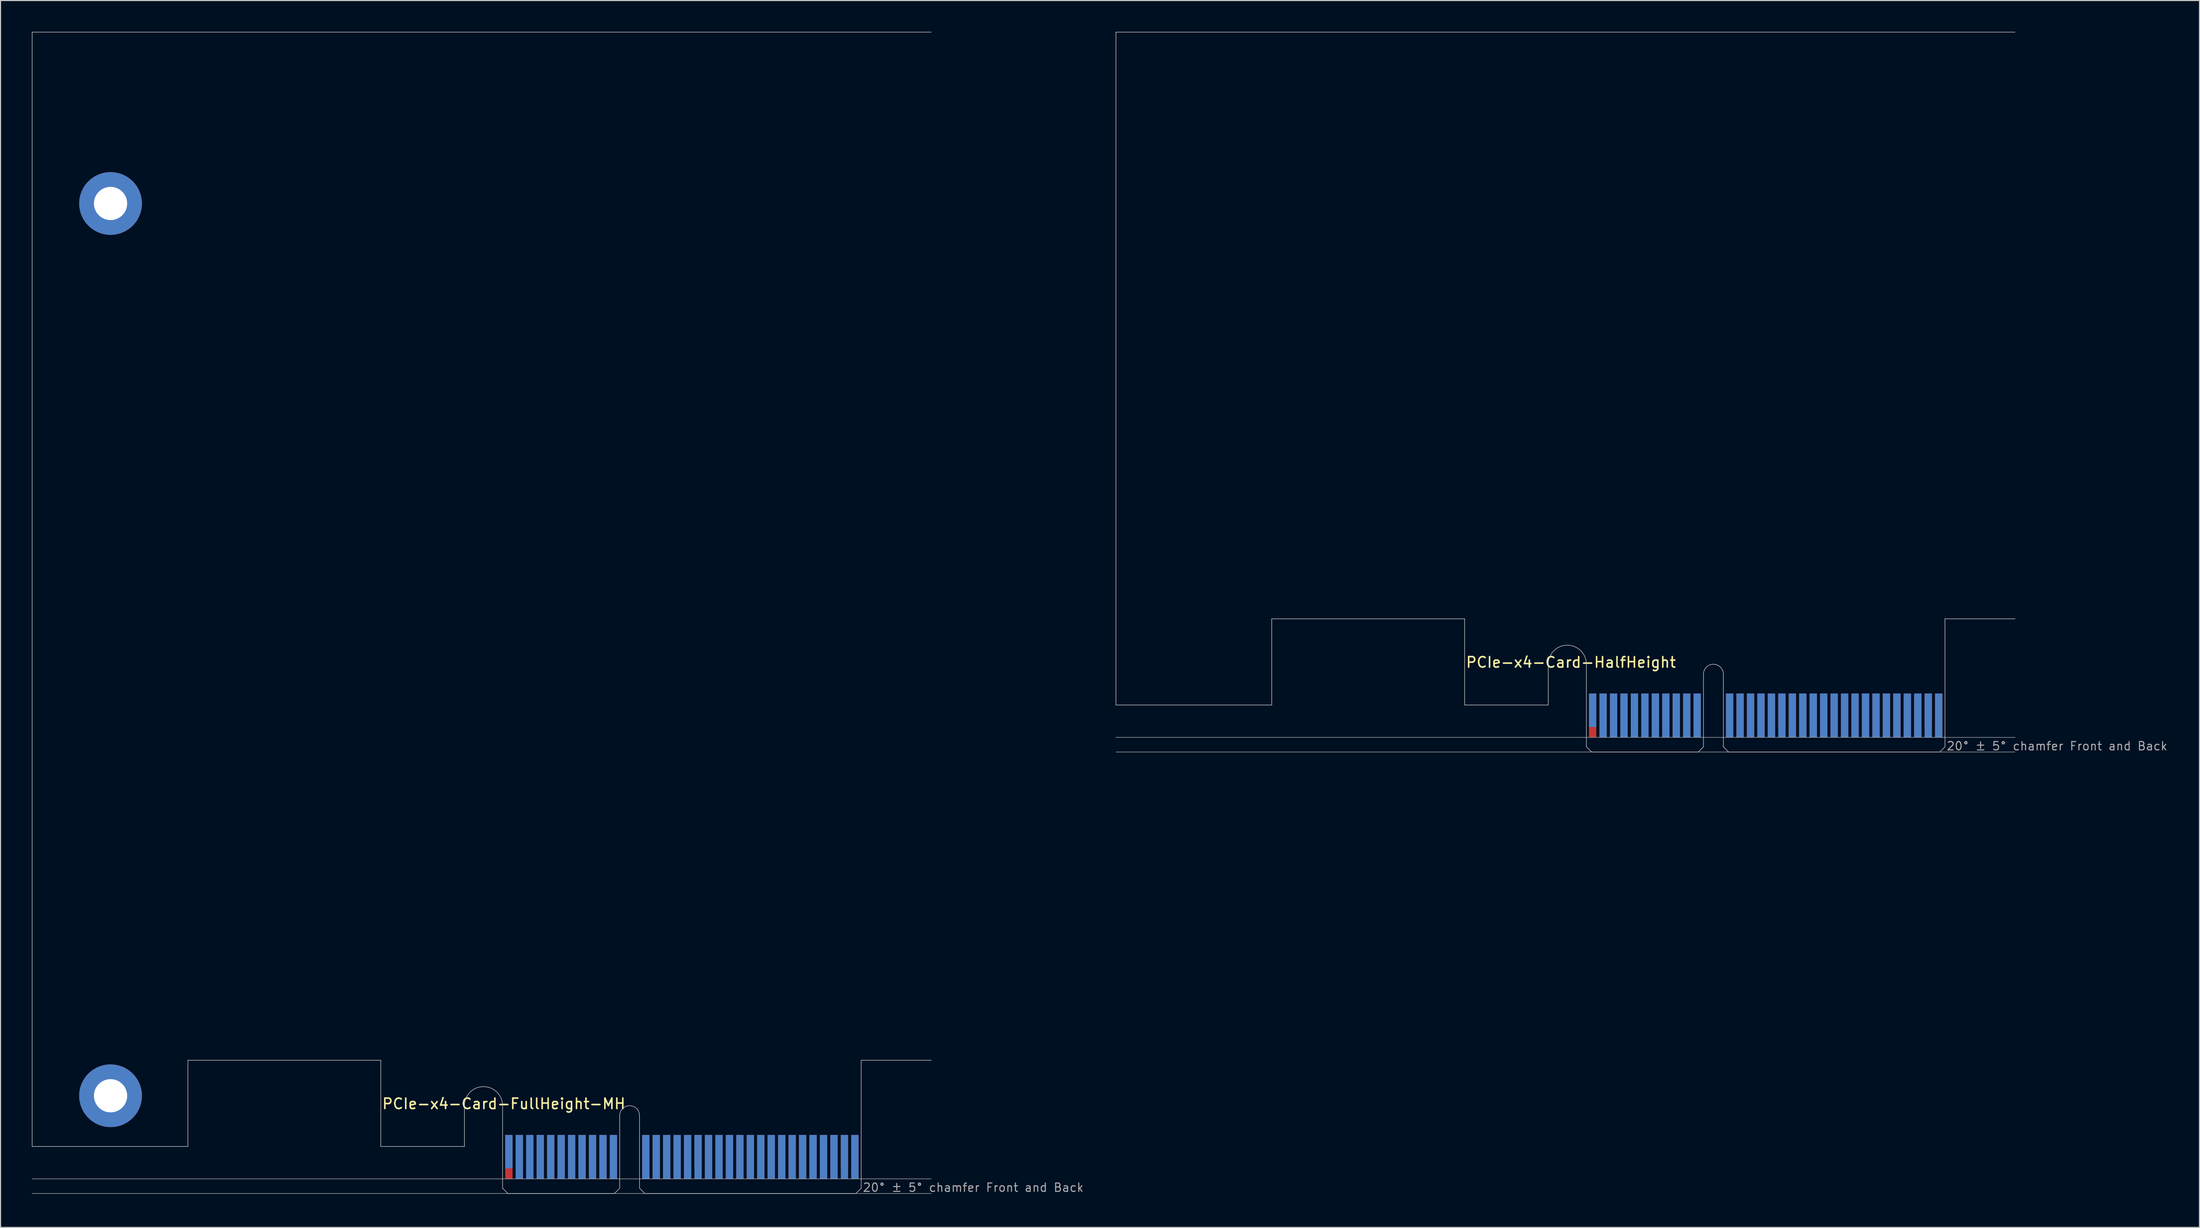
<source format=kicad_pcb>
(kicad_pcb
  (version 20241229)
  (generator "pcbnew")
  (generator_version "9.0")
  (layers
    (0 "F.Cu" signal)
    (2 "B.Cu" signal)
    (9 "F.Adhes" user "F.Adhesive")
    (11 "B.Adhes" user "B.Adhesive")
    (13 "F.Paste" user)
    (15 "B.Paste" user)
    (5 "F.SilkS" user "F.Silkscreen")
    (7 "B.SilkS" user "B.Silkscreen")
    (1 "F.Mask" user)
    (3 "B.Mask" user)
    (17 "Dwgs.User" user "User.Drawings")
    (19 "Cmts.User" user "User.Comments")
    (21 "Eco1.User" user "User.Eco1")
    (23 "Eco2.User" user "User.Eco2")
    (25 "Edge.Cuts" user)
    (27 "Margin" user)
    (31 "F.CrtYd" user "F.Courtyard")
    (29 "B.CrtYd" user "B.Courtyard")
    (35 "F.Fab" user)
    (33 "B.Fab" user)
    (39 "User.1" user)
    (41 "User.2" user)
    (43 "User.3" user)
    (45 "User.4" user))
  (footprint "PCIe-x4-Card-HalfHeight"
    (layer "F.Cu")
    (at 148.695 68.925)
    (property "Reference" "PCIe-x4-Card-HalfHeight" (at -11.6 -8 0) (layer "F.SilkS") (effects (font (size 1 1) (thickness 0.15)) (justify left bottom)))
    (attr exclude_from_pos_files exclude_from_bom)
    (fp_poly (pts (xy -3.65 -4.5) (xy -11.65 -4.5) (xy -11.65 -7.95) (xy -3.65 -7.95)) (stroke (width 0.1) (type solid)) (fill yes) (layer "F.Mask"))
    (fp_poly (pts (xy 11.2 -5.45) (xy 0 -5.45) (xy 0 0) (xy 11.2 0)) (stroke (width 0.1) (type solid)) (fill yes) (layer "F.Mask"))
    (fp_poly (pts (xy 34.3 -5.45) (xy 13.1 -5.45) (xy 13.1 0) (xy 34.3 0)) (stroke (width 0.1) (type solid)) (fill yes) (layer "F.Mask"))
    (fp_poly (pts (xy -3.65 -7.95) (xy -11.65 -7.95) (xy -11.65 -4.5) (xy -3.65 -4.5)) (stroke (width 0.1) (type solid)) (fill yes) (layer "B.Mask"))
    (fp_poly (pts (xy 11.2 0) (xy 0 0) (xy 0 -5.45) (xy 11.2 -5.45)) (stroke (width 0.1) (type solid)) (fill yes) (layer "B.Mask"))
    (fp_poly (pts (xy 34.3 -5.5) (xy 13.1 -5.45) (xy 13.1 0) (xy 34.3 0)) (stroke (width 0.1) (type solid)) (fill yes) (layer "B.Mask"))
    (fp_line (start -45 -68.9) (end 41 -68.9) (stroke (width 0.05) (type solid)) (layer "Edge.Cuts"))
    (fp_line (start -45 -4.5) (end -45 -68.9) (stroke (width 0.05) (type solid)) (layer "Edge.Cuts"))
    (fp_line (start -30.1 -12.75) (end -30.1 -4.5) (stroke (width 0.05) (type solid)) (layer "Edge.Cuts"))
    (fp_line (start -30.1 -4.5) (end -45 -4.5) (stroke (width 0.05) (type solid)) (layer "Edge.Cuts"))
    (fp_line (start -11.65 -12.75) (end -30.1 -12.75) (stroke (width 0.05) (type solid)) (layer "Edge.Cuts"))
    (fp_line (start -11.65 -4.5) (end -11.65 -12.75) (stroke (width 0.05) (type solid)) (layer "Edge.Cuts"))
    (fp_line (start -3.65 -4.5) (end -11.65 -4.5) (stroke (width 0.05) (type solid)) (layer "Edge.Cuts"))
    (fp_line (start -3.65 -4.5) (end -3.65 -8.4) (stroke (width 0.05) (type solid)) (layer "Edge.Cuts"))
    (fp_line (start 0 -0.5) (end 0 -8.4) (stroke (width 0.05) (type solid)) (layer "Edge.Cuts"))
    (fp_line (start 0.5 0) (end 0 -0.5) (stroke (width 0.05) (type solid)) (layer "Edge.Cuts"))
    (fp_line (start 0.5 0) (end 10.7 0) (stroke (width 0.05) (type solid)) (layer "Edge.Cuts"))
    (fp_line (start 10.7 0) (end 11.2 -0.5) (stroke (width 0.05) (type solid)) (layer "Edge.Cuts"))
    (fp_line (start 11.2 -0.5) (end 11.2 -7.45) (stroke (width 0.05) (type solid)) (layer "Edge.Cuts"))
    (fp_line (start 13.1 -0.5) (end 13.1 -7.45) (stroke (width 0.05) (type solid)) (layer "Edge.Cuts"))
    (fp_line (start 13.6 0) (end 13.1 -0.5) (stroke (width 0.05) (type solid)) (layer "Edge.Cuts"))
    (fp_line (start 33.8 0) (end 13.6 0) (stroke (width 0.05) (type solid)) (layer "Edge.Cuts"))
    (fp_line (start 33.8 0) (end 34.3 -0.5) (stroke (width 0.05) (type solid)) (layer "Edge.Cuts"))
    (fp_line (start 34.3 -12.75) (end 41 -12.75) (stroke (width 0.05) (type solid)) (layer "Edge.Cuts"))
    (fp_line (start 34.3 -0.5) (end 34.3 -12.75) (stroke (width 0.05) (type solid)) (layer "Edge.Cuts"))
    (fp_arc (start -3.65 -8.4) (mid -1.825 -10.225) (end 0 -8.4) (stroke (width 0.05) (type solid)) (layer "Edge.Cuts"))
    (fp_arc (start 11.2 -7.45) (mid 12.15 -8.4) (end 13.1 -7.45) (stroke (width 0.05) (type solid)) (layer "Edge.Cuts"))
    (fp_line (start 41 -1.4) (end -45 -1.4) (stroke (width 0.05) (type solid)) (layer "F.Fab"))
    (fp_line (start 41 0) (end -45 0) (stroke (width 0.05) (type solid)) (layer "F.Fab"))
    (fp_text user "20° ± 5° chamfer Front and Back" (at 34.4 -0.1 0) (layer "F.Fab") (effects (font (size 0.8 0.8) (thickness 0.1)) (justify left bottom)))
    (pad "A1" smd rect (at 0.6 -4) (size 0.7 3.2) (layers "B.Cu"))
    (pad "A2" smd rect (at 1.6 -3.5) (size 0.7 4.2) (layers "B.Cu"))
    (pad "A3" smd rect (at 2.6 -3.5) (size 0.7 4.2) (layers "B.Cu"))
    (pad "A4" smd rect (at 3.6 -3.5) (size 0.7 4.2) (layers "B.Cu"))
    (pad "A5" smd rect (at 4.6 -3.5) (size 0.7 4.2) (layers "B.Cu"))
    (pad "A6" smd rect (at 5.6 -3.5) (size 0.7 4.2) (layers "B.Cu"))
    (pad "A7" smd rect (at 6.6 -3.5) (size 0.7 4.2) (layers "B.Cu"))
    (pad "A8" smd rect (at 7.6 -3.5) (size 0.7 4.2) (layers "B.Cu"))
    (pad "A9" smd rect (at 8.6 -3.5) (size 0.7 4.2) (layers "B.Cu"))
    (pad "A10" smd rect (at 9.6 -3.5) (size 0.7 4.2) (layers "B.Cu"))
    (pad "A11" smd rect (at 10.6 -3.5) (size 0.7 4.2) (layers "B.Cu"))
    (pad "A12" smd rect (at 13.7 -3.5) (size 0.7 4.2) (layers "B.Cu"))
    (pad "A13" smd rect (at 14.7 -3.5) (size 0.7 4.2) (layers "B.Cu"))
    (pad "A14" smd rect (at 15.7 -3.5) (size 0.7 4.2) (layers "B.Cu"))
    (pad "A15" smd rect (at 16.7 -3.5) (size 0.7 4.2) (layers "B.Cu"))
    (pad "A16" smd rect (at 17.7 -3.5) (size 0.7 4.2) (layers "B.Cu"))
    (pad "A17" smd rect (at 18.7 -3.5) (size 0.7 4.2) (layers "B.Cu"))
    (pad "A18" smd rect (at 19.7 -3.5) (size 0.7 4.2) (layers "B.Cu"))
    (pad "A19" smd rect (at 20.7 -3.5) (size 0.7 4.2) (layers "B.Cu"))
    (pad "A20" smd rect (at 21.7 -3.5) (size 0.7 4.2) (layers "B.Cu"))
    (pad "A21" smd rect (at 22.7 -3.5) (size 0.7 4.2) (layers "B.Cu"))
    (pad "A22" smd rect (at 23.7 -3.5) (size 0.7 4.2) (layers "B.Cu"))
    (pad "A23" smd rect (at 24.7 -3.5) (size 0.7 4.2) (layers "B.Cu"))
    (pad "A24" smd rect (at 25.7 -3.5) (size 0.7 4.2) (layers "B.Cu"))
    (pad "A25" smd rect (at 26.7 -3.5) (size 0.7 4.2) (layers "B.Cu"))
    (pad "A26" smd rect (at 27.7 -3.5) (size 0.7 4.2) (layers "B.Cu"))
    (pad "A27" smd rect (at 28.7 -3.5) (size 0.7 4.2) (layers "B.Cu"))
    (pad "A28" smd rect (at 29.7 -3.5) (size 0.7 4.2) (layers "B.Cu"))
    (pad "A29" smd rect (at 30.7 -3.5) (size 0.7 4.2) (layers "B.Cu"))
    (pad "A30" smd rect (at 31.7 -3.5) (size 0.7 4.2) (layers "B.Cu"))
    (pad "A31" smd rect (at 32.7 -3.5) (size 0.7 4.2) (layers "B.Cu"))
    (pad "A32" smd rect (at 33.7 -3.5) (size 0.7 4.2) (layers "B.Cu"))
    (pad "B1" smd rect (at 0.6 -3.5) (size 0.7 4.2) (layers "F.Cu"))
    (pad "B2" smd rect (at 1.6 -3.5) (size 0.7 4.2) (layers "F.Cu"))
    (pad "B3" smd rect (at 2.6 -3.5) (size 0.7 4.2) (layers "F.Cu"))
    (pad "B4" smd rect (at 3.6 -3.5) (size 0.7 4.2) (layers "F.Cu"))
    (pad "B5" smd rect (at 4.6 -3.5) (size 0.7 4.2) (layers "F.Cu"))
    (pad "B6" smd rect (at 5.6 -3.5) (size 0.7 4.2) (layers "F.Cu"))
    (pad "B7" smd rect (at 6.6 -3.5) (size 0.7 4.2) (layers "F.Cu"))
    (pad "B8" smd rect (at 7.6 -3.5) (size 0.7 4.2) (layers "F.Cu"))
    (pad "B9" smd rect (at 8.6 -3.5) (size 0.7 4.2) (layers "F.Cu"))
    (pad "B10" smd rect (at 9.6 -3.5) (size 0.7 4.2) (layers "F.Cu"))
    (pad "B11" smd rect (at 10.6 -3.5) (size 0.7 4.2) (layers "F.Cu"))
    (pad "B12" smd rect (at 13.7 -3.5) (size 0.7 4.2) (layers "F.Cu"))
    (pad "B13" smd rect (at 14.7 -3.5) (size 0.7 4.2) (layers "F.Cu"))
    (pad "B14" smd rect (at 15.7 -3.5) (size 0.7 4.2) (layers "F.Cu"))
    (pad "B15" smd rect (at 16.7 -3.5) (size 0.7 4.2) (layers "F.Cu"))
    (pad "B16" smd rect (at 17.7 -3.5) (size 0.7 4.2) (layers "F.Cu"))
    (pad "B17" smd rect (at 18.7 -4) (size 0.7 3.2) (layers "F.Cu"))
    (pad "B18" smd rect (at 19.7 -3.5) (size 0.7 4.2) (layers "F.Cu"))
    (pad "B19" smd rect (at 20.7 -3.5) (size 0.7 4.2) (layers "F.Cu"))
    (pad "B20" smd rect (at 21.7 -3.5) (size 0.7 4.2) (layers "F.Cu"))
    (pad "B21" smd rect (at 22.7 -3.5) (size 0.7 4.2) (layers "F.Cu"))
    (pad "B22" smd rect (at 23.7 -3.5) (size 0.7 4.2) (layers "F.Cu"))
    (pad "B23" smd rect (at 24.7 -3.5) (size 0.7 4.2) (layers "F.Cu"))
    (pad "B24" smd rect (at 25.7 -3.5) (size 0.7 4.2) (layers "F.Cu"))
    (pad "B25" smd rect (at 26.7 -3.5) (size 0.7 4.2) (layers "F.Cu"))
    (pad "B26" smd rect (at 27.7 -3.5) (size 0.7 4.2) (layers "F.Cu"))
    (pad "B27" smd rect (at 28.7 -3.5) (size 0.7 4.2) (layers "F.Cu"))
    (pad "B28" smd rect (at 29.7 -3.5) (size 0.7 4.2) (layers "F.Cu"))
    (pad "B29" smd rect (at 30.7 -3.5) (size 0.7 4.2) (layers "F.Cu"))
    (pad "B30" smd rect (at 31.7 -3.5) (size 0.7 4.2) (layers "F.Cu"))
    (pad "B31" smd rect (at 32.7 -4) (size 0.7 3.2) (layers "F.Cu"))
    (pad "B32" smd rect (at 33.7 -3.5) (size 0.7 4.2) (layers "F.Cu")))
  (footprint "PCIe-x4-Card-FullHeight-MH"
    (layer "F.Cu")
    (at 45.025 111.175)
    (property "Reference" "PCIe-x4-Card-FullHeight-MH" (at -11.6 -8 0) (layer "F.SilkS") (effects (font (size 1 1) (thickness 0.15)) (justify left bottom)))
    (attr exclude_from_pos_files exclude_from_bom)
    (fp_poly (pts (xy -3.65 -4.5) (xy -11.65 -4.5) (xy -11.65 -7.95) (xy -3.65 -7.95)) (stroke (width 0.1) (type solid)) (fill yes) (layer "F.Mask"))
    (fp_poly (pts (xy 11.2 -5.45) (xy 0 -5.45) (xy 0 0) (xy 11.2 0)) (stroke (width 0.1) (type solid)) (fill yes) (layer "F.Mask"))
    (fp_poly (pts (xy 34.3 -5.45) (xy 13.1 -5.45) (xy 13.1 0) (xy 34.3 0)) (stroke (width 0.1) (type solid)) (fill yes) (layer "F.Mask"))
    (fp_poly (pts (xy -3.65 -7.95) (xy -11.65 -7.95) (xy -11.65 -4.5) (xy -3.65 -4.5)) (stroke (width 0.1) (type solid)) (fill yes) (layer "B.Mask"))
    (fp_poly (pts (xy 11.2 0) (xy 0 0) (xy 0 -5.45) (xy 11.2 -5.45)) (stroke (width 0.1) (type solid)) (fill yes) (layer "B.Mask"))
    (fp_poly (pts (xy 34.3 -5.5) (xy 13.1 -5.45) (xy 13.1 0) (xy 34.3 0)) (stroke (width 0.1) (type solid)) (fill yes) (layer "B.Mask"))
    (fp_line (start -45 -111.15) (end 41 -111.15) (stroke (width 0.05) (type solid)) (layer "Edge.Cuts"))
    (fp_line (start -45 -4.5) (end -45 -111.15) (stroke (width 0.05) (type solid)) (layer "Edge.Cuts"))
    (fp_line (start -30.1 -12.75) (end -30.1 -4.5) (stroke (width 0.05) (type solid)) (layer "Edge.Cuts"))
    (fp_line (start -30.1 -4.5) (end -45 -4.5) (stroke (width 0.05) (type solid)) (layer "Edge.Cuts"))
    (fp_line (start -11.65 -12.75) (end -30.1 -12.75) (stroke (width 0.05) (type solid)) (layer "Edge.Cuts"))
    (fp_line (start -11.65 -4.5) (end -11.65 -12.75) (stroke (width 0.05) (type solid)) (layer "Edge.Cuts"))
    (fp_line (start -3.65 -4.5) (end -11.65 -4.5) (stroke (width 0.05) (type solid)) (layer "Edge.Cuts"))
    (fp_line (start -3.65 -4.5) (end -3.65 -8.4) (stroke (width 0.05) (type solid)) (layer "Edge.Cuts"))
    (fp_line (start 0 -0.5) (end 0 -8.4) (stroke (width 0.05) (type solid)) (layer "Edge.Cuts"))
    (fp_line (start 0.5 0) (end 0 -0.5) (stroke (width 0.05) (type solid)) (layer "Edge.Cuts"))
    (fp_line (start 0.5 0) (end 10.7 0) (stroke (width 0.05) (type solid)) (layer "Edge.Cuts"))
    (fp_line (start 10.7 0) (end 11.2 -0.5) (stroke (width 0.05) (type solid)) (layer "Edge.Cuts"))
    (fp_line (start 11.2 -0.5) (end 11.2 -7.45) (stroke (width 0.05) (type solid)) (layer "Edge.Cuts"))
    (fp_line (start 13.1 -0.5) (end 13.1 -7.45) (stroke (width 0.05) (type solid)) (layer "Edge.Cuts"))
    (fp_line (start 13.6 0) (end 13.1 -0.5) (stroke (width 0.05) (type solid)) (layer "Edge.Cuts"))
    (fp_line (start 33.8 0) (end 13.6 0) (stroke (width 0.05) (type solid)) (layer "Edge.Cuts"))
    (fp_line (start 33.8 0) (end 34.3 -0.5) (stroke (width 0.05) (type solid)) (layer "Edge.Cuts"))
    (fp_line (start 34.3 -12.75) (end 41 -12.75) (stroke (width 0.05) (type solid)) (layer "Edge.Cuts"))
    (fp_line (start 34.3 -0.5) (end 34.3 -12.75) (stroke (width 0.05) (type solid)) (layer "Edge.Cuts"))
    (fp_arc (start -3.65 -8.4) (mid -1.825 -10.225) (end 0 -8.4) (stroke (width 0.05) (type solid)) (layer "Edge.Cuts"))
    (fp_arc (start 11.2 -7.45) (mid 12.15 -8.4) (end 13.1 -7.45) (stroke (width 0.05) (type solid)) (layer "Edge.Cuts"))
    (fp_line (start 41 -1.4) (end -45 -1.4) (stroke (width 0.05) (type solid)) (layer "F.Fab"))
    (fp_line (start 41 0) (end -45 0) (stroke (width 0.05) (type solid)) (layer "F.Fab"))
    (fp_text user "20° ± 5° chamfer Front and Back" (at 34.4 -0.1 0) (layer "F.Fab") (effects (font (size 0.8 0.8) (thickness 0.1)) (justify left bottom)))
    (pad "A1" smd rect (at 0.6 -4) (size 0.7 3.2) (layers "B.Cu"))
    (pad "A2" smd rect (at 1.6 -3.5) (size 0.7 4.2) (layers "B.Cu"))
    (pad "A3" smd rect (at 2.6 -3.5) (size 0.7 4.2) (layers "B.Cu"))
    (pad "A4" smd rect (at 3.6 -3.5) (size 0.7 4.2) (layers "B.Cu"))
    (pad "A5" smd rect (at 4.6 -3.5) (size 0.7 4.2) (layers "B.Cu"))
    (pad "A6" smd rect (at 5.6 -3.5) (size 0.7 4.2) (layers "B.Cu"))
    (pad "A7" smd rect (at 6.6 -3.5) (size 0.7 4.2) (layers "B.Cu"))
    (pad "A8" smd rect (at 7.6 -3.5) (size 0.7 4.2) (layers "B.Cu"))
    (pad "A9" smd rect (at 8.6 -3.5) (size 0.7 4.2) (layers "B.Cu"))
    (pad "A10" smd rect (at 9.6 -3.5) (size 0.7 4.2) (layers "B.Cu"))
    (pad "A11" smd rect (at 10.6 -3.5) (size 0.7 4.2) (layers "B.Cu"))
    (pad "A12" smd rect (at 13.7 -3.5) (size 0.7 4.2) (layers "B.Cu"))
    (pad "A13" smd rect (at 14.7 -3.5) (size 0.7 4.2) (layers "B.Cu"))
    (pad "A14" smd rect (at 15.7 -3.5) (size 0.7 4.2) (layers "B.Cu"))
    (pad "A15" smd rect (at 16.7 -3.5) (size 0.7 4.2) (layers "B.Cu"))
    (pad "A16" smd rect (at 17.7 -3.5) (size 0.7 4.2) (layers "B.Cu"))
    (pad "A17" smd rect (at 18.7 -3.5) (size 0.7 4.2) (layers "B.Cu"))
    (pad "A18" smd rect (at 19.7 -3.5) (size 0.7 4.2) (layers "B.Cu"))
    (pad "A19" smd rect (at 20.7 -3.5) (size 0.7 4.2) (layers "B.Cu"))
    (pad "A20" smd rect (at 21.7 -3.5) (size 0.7 4.2) (layers "B.Cu"))
    (pad "A21" smd rect (at 22.7 -3.5) (size 0.7 4.2) (layers "B.Cu"))
    (pad "A22" smd rect (at 23.7 -3.5) (size 0.7 4.2) (layers "B.Cu"))
    (pad "A23" smd rect (at 24.7 -3.5) (size 0.7 4.2) (layers "B.Cu"))
    (pad "A24" smd rect (at 25.7 -3.5) (size 0.7 4.2) (layers "B.Cu"))
    (pad "A25" smd rect (at 26.7 -3.5) (size 0.7 4.2) (layers "B.Cu"))
    (pad "A26" smd rect (at 27.7 -3.5) (size 0.7 4.2) (layers "B.Cu"))
    (pad "A27" smd rect (at 28.7 -3.5) (size 0.7 4.2) (layers "B.Cu"))
    (pad "A28" smd rect (at 29.7 -3.5) (size 0.7 4.2) (layers "B.Cu"))
    (pad "A29" smd rect (at 30.7 -3.5) (size 0.7 4.2) (layers "B.Cu"))
    (pad "A30" smd rect (at 31.7 -3.5) (size 0.7 4.2) (layers "B.Cu"))
    (pad "A31" smd rect (at 32.7 -3.5) (size 0.7 4.2) (layers "B.Cu"))
    (pad "A32" smd rect (at 33.7 -3.5) (size 0.7 4.2) (layers "B.Cu"))
    (pad "B1" smd rect (at 0.6 -3.5) (size 0.7 4.2) (layers "F.Cu"))
    (pad "B2" smd rect (at 1.6 -3.5) (size 0.7 4.2) (layers "F.Cu"))
    (pad "B3" smd rect (at 2.6 -3.5) (size 0.7 4.2) (layers "F.Cu"))
    (pad "B4" smd rect (at 3.6 -3.5) (size 0.7 4.2) (layers "F.Cu"))
    (pad "B5" smd rect (at 4.6 -3.5) (size 0.7 4.2) (layers "F.Cu"))
    (pad "B6" smd rect (at 5.6 -3.5) (size 0.7 4.2) (layers "F.Cu"))
    (pad "B7" smd rect (at 6.6 -3.5) (size 0.7 4.2) (layers "F.Cu"))
    (pad "B8" smd rect (at 7.6 -3.5) (size 0.7 4.2) (layers "F.Cu"))
    (pad "B9" smd rect (at 8.6 -3.5) (size 0.7 4.2) (layers "F.Cu"))
    (pad "B10" smd rect (at 9.6 -3.5) (size 0.7 4.2) (layers "F.Cu"))
    (pad "B11" smd rect (at 10.6 -3.5) (size 0.7 4.2) (layers "F.Cu"))
    (pad "B12" smd rect (at 13.7 -3.5) (size 0.7 4.2) (layers "F.Cu"))
    (pad "B13" smd rect (at 14.7 -3.5) (size 0.7 4.2) (layers "F.Cu"))
    (pad "B14" smd rect (at 15.7 -3.5) (size 0.7 4.2) (layers "F.Cu"))
    (pad "B15" smd rect (at 16.7 -3.5) (size 0.7 4.2) (layers "F.Cu"))
    (pad "B16" smd rect (at 17.7 -3.5) (size 0.7 4.2) (layers "F.Cu"))
    (pad "B17" smd rect (at 18.7 -4) (size 0.7 3.2) (layers "F.Cu"))
    (pad "B18" smd rect (at 19.7 -3.5) (size 0.7 4.2) (layers "F.Cu"))
    (pad "B19" smd rect (at 20.7 -3.5) (size 0.7 4.2) (layers "F.Cu"))
    (pad "B20" smd rect (at 21.7 -3.5) (size 0.7 4.2) (layers "F.Cu"))
    (pad "B21" smd rect (at 22.7 -3.5) (size 0.7 4.2) (layers "F.Cu"))
    (pad "B22" smd rect (at 23.7 -3.5) (size 0.7 4.2) (layers "F.Cu"))
    (pad "B23" smd rect (at 24.7 -3.5) (size 0.7 4.2) (layers "F.Cu"))
    (pad "B24" smd rect (at 25.7 -3.5) (size 0.7 4.2) (layers "F.Cu"))
    (pad "B25" smd rect (at 26.7 -3.5) (size 0.7 4.2) (layers "F.Cu"))
    (pad "B26" smd rect (at 27.7 -3.5) (size 0.7 4.2) (layers "F.Cu"))
    (pad "B27" smd rect (at 28.7 -3.5) (size 0.7 4.2) (layers "F.Cu"))
    (pad "B28" smd rect (at 29.7 -3.5) (size 0.7 4.2) (layers "F.Cu"))
    (pad "B29" smd rect (at 30.7 -3.5) (size 0.7 4.2) (layers "F.Cu"))
    (pad "B30" smd rect (at 31.7 -3.5) (size 0.7 4.2) (layers "F.Cu"))
    (pad "B31" smd rect (at 32.7 -4) (size 0.7 3.2) (layers "F.Cu"))
    (pad "B32" smd rect (at 33.7 -3.5) (size 0.7 4.2) (layers "F.Cu"))
    (pad "GND" thru_hole circle (at -37.5 -94.75) (size 6 6) (drill 3.18) (layers "*.Cu" "*.Mask"))
    (pad "GND" thru_hole circle (at -37.5 -9.35) (size 6 6) (drill 3.18) (layers "*.Cu" "*.Mask")))
  (gr_rect
    (start -3 -3)
    (end 207.34 114.425)
    (stroke (width 0.1) (type default))
    (fill no)
    (layer "Edge.Cuts")))
</source>
